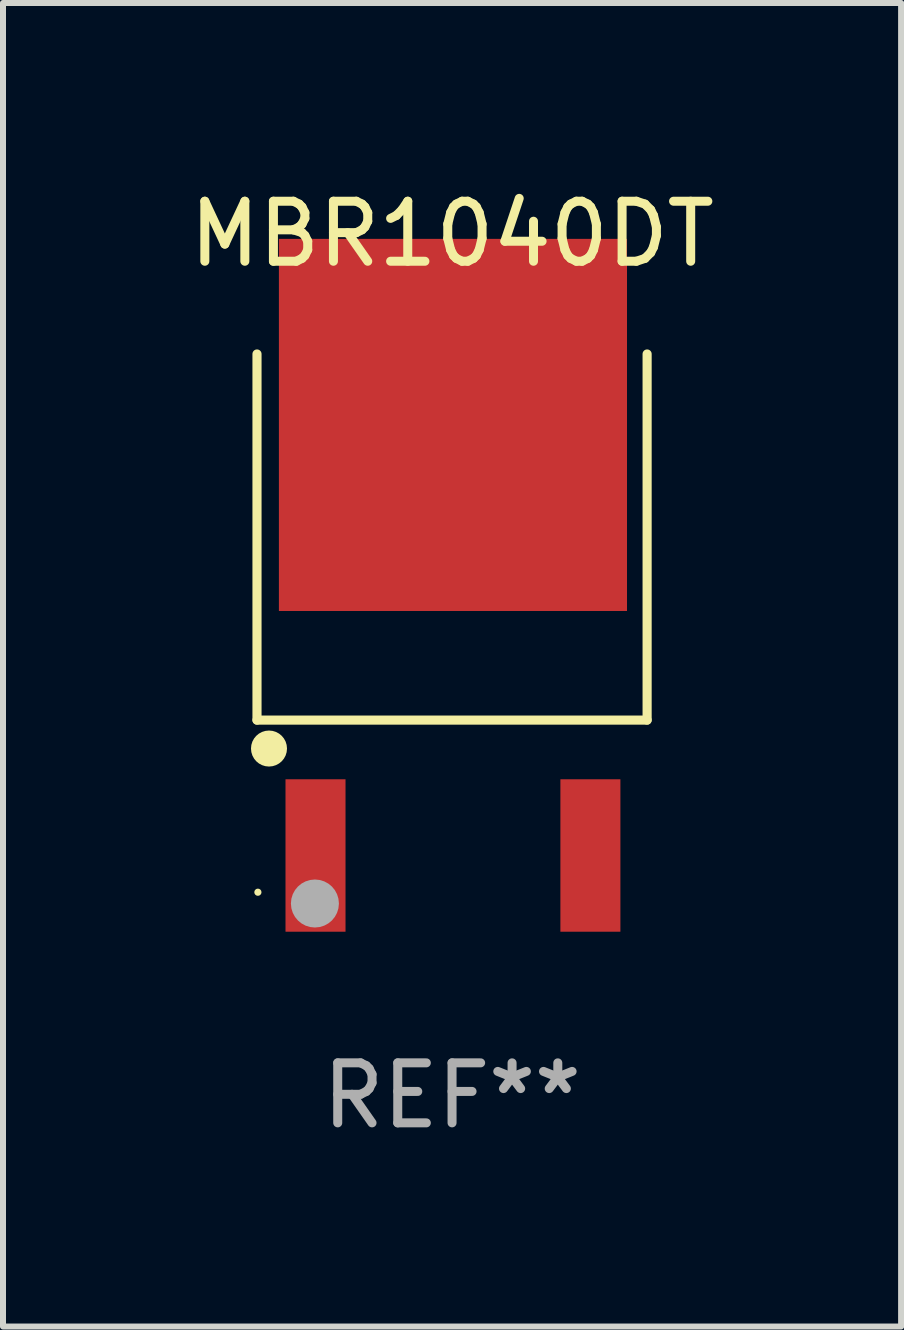
<source format=kicad_pcb>
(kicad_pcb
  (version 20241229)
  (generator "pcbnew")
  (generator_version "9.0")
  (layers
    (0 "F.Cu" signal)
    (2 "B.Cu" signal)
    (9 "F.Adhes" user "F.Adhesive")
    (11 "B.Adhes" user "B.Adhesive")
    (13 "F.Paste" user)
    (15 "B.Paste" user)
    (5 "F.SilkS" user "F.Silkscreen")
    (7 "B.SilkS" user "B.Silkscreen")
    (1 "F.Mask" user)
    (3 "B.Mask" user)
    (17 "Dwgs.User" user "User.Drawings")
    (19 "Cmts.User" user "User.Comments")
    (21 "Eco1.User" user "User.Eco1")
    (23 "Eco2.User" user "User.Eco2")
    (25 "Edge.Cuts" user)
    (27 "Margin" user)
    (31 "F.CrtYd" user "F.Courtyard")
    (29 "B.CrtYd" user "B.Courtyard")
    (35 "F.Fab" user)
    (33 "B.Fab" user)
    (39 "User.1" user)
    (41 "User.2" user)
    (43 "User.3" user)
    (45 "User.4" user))
  (footprint "MBR1040DT"
    (layer "F.Cu")
    (at 4.482 7.026)
    (property "Reference" "MBR1040DT" (at 0 -6.178 0) (layer "F.SilkS") (effects (font (size 1 1) (thickness 0.15))))
    (attr through_hole)
    (fp_line (start -3.25 1.922) (end -3.25 -4.178) (stroke (width 0.152) (type solid)) (layer "F.SilkS"))
    (fp_line (start 3.25 -4.178) (end 3.25 1.922) (stroke (width 0.152) (type solid)) (layer "F.SilkS"))
    (fp_line (start 3.25 1.922) (end -3.25 1.922) (stroke (width 0.152) (type solid)) (layer "F.SilkS"))
    (fp_circle (center -3.235 4.79) (end -3.205 4.79) (stroke (width 0.06) (type solid)) (fill no) (layer "F.SilkS"))
    (fp_circle (center -3.05 2.396) (end -2.9 2.396) (stroke (width 0.3) (type solid)) (fill no) (layer "F.SilkS"))
    (fp_circle (center -2.285 4.978) (end -2.085 4.978) (stroke (width 0.4) (type solid)) (fill no) (layer "F.Fab"))
    (fp_text user "REF**" (at 0 8.178 0) (layer "F.Fab") (effects (font (size 1 1) (thickness 0.15))))
    (pad "1" smd rect (at -2.275 4.178) (size 1 2.54) (layers "F.Cu" "F.Mask" "F.Paste"))
    (pad "2" smd rect (at 0.015 -2.996) (size 5.8 6.2) (layers "F.Cu" "F.Mask" "F.Paste"))
    (pad "3" smd rect (at 2.305 4.178) (size 1 2.54) (layers "F.Cu" "F.Mask" "F.Paste")))
  (gr_rect
    (start -3 -3)
    (end 11.964 19.052)
    (stroke (width 0.1) (type default))
    (fill no)
    (layer "Edge.Cuts")))
</source>
